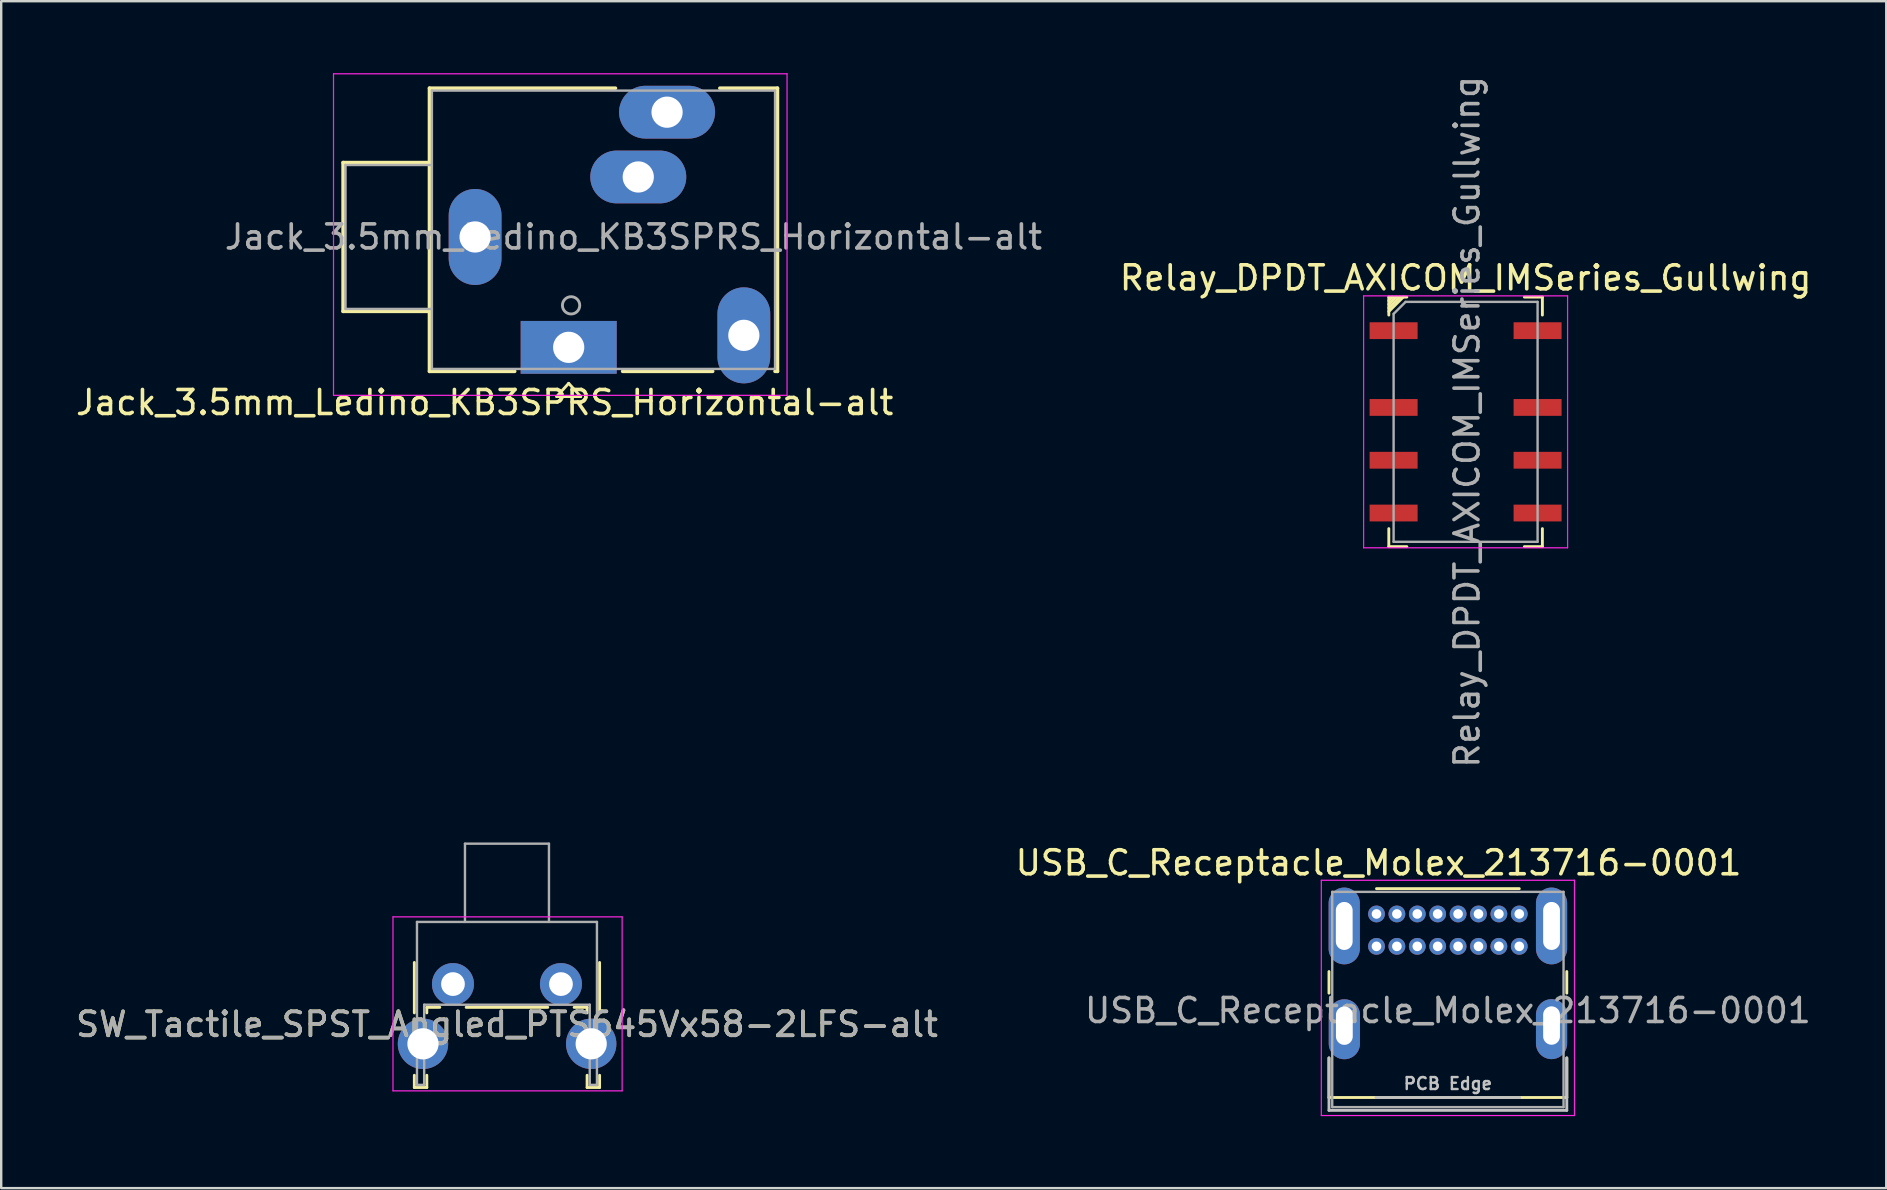
<source format=kicad_pcb>
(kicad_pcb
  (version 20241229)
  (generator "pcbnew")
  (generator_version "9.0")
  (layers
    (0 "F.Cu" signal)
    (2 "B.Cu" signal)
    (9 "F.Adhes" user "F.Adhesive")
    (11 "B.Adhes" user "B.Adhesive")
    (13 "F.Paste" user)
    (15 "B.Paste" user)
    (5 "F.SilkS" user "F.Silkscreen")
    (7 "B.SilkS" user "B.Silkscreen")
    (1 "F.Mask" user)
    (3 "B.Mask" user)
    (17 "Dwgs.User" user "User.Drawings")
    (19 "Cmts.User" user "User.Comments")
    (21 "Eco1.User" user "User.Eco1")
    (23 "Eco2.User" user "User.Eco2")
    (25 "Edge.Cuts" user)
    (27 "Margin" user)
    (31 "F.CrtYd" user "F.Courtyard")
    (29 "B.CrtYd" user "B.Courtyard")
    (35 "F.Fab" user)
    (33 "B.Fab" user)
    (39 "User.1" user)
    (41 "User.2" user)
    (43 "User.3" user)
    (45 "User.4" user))
  (footprint "Relay_DPDT_AXICOM_IMSeries_Gullwing"
    (layer "F.Cu")
    (at 58.027 14.53)
    (property "Reference" "Relay_DPDT_AXICOM_IMSeries_Gullwing" (at 0 -6 0) (layer "F.SilkS") (effects (font (size 1 1) (thickness 0.15))))
    (attr smd)
    (fp_line (start -3.2 -5.2) (end -3.2 -4.45) (stroke (width 0.12) (type solid)) (layer "F.SilkS"))
    (fp_line (start -3.2 4.45) (end -3.2 5.2) (stroke (width 0.12) (type solid)) (layer "F.SilkS"))
    (fp_line (start -3.2 5.2) (end -2.45 5.2) (stroke (width 0.12) (type solid)) (layer "F.SilkS"))
    (fp_line (start -3.05 -5.2) (end -3.2 -5.05) (stroke (width 0.12) (type solid)) (layer "F.SilkS"))
    (fp_line (start -2.9 -5.2) (end -3.2 -4.9) (stroke (width 0.12) (type solid)) (layer "F.SilkS"))
    (fp_line (start -2.75 -5.2) (end -3.2 -4.75) (stroke (width 0.12) (type solid)) (layer "F.SilkS"))
    (fp_line (start -2.6 -5.2) (end -3.2 -4.6) (stroke (width 0.12) (type solid)) (layer "F.SilkS"))
    (fp_line (start -2.45 -5.2) (end -3.2 -5.2) (stroke (width 0.12) (type solid)) (layer "F.SilkS"))
    (fp_line (start 2.45 -5.2) (end 3.2 -5.2) (stroke (width 0.12) (type solid)) (layer "F.SilkS"))
    (fp_line (start 2.45 5.2) (end 3.2 5.2) (stroke (width 0.12) (type solid)) (layer "F.SilkS"))
    (fp_line (start 3.2 -5.2) (end 3.2 -4.45) (stroke (width 0.12) (type solid)) (layer "F.SilkS"))
    (fp_line (start 3.2 4.45) (end 3.2 5.2) (stroke (width 0.12) (type solid)) (layer "F.SilkS"))
    (fp_line (start -4.25 -5.25) (end -4.25 5.25) (stroke (width 0.05) (type solid)) (layer "F.CrtYd"))
    (fp_line (start -4.25 5.25) (end 4.25 5.25) (stroke (width 0.05) (type solid)) (layer "F.CrtYd"))
    (fp_line (start 4.25 -5.25) (end -4.25 -5.25) (stroke (width 0.05) (type solid)) (layer "F.CrtYd"))
    (fp_line (start 4.25 5.25) (end 4.25 -5.25) (stroke (width 0.05) (type solid)) (layer "F.CrtYd"))
    (fp_line (start -3 -4.5) (end -2.5 -5) (stroke (width 0.1) (type solid)) (layer "F.Fab"))
    (fp_line (start -3 5) (end -3 -4.5) (stroke (width 0.1) (type solid)) (layer "F.Fab"))
    (fp_line (start -2.5 -5) (end 3 -5) (stroke (width 0.1) (type solid)) (layer "F.Fab"))
    (fp_line (start 3 -5) (end 3 5) (stroke (width 0.1) (type solid)) (layer "F.Fab"))
    (fp_line (start 3 5) (end -3 5) (stroke (width 0.1) (type solid)) (layer "F.Fab"))
    (fp_text user "${REFERENCE}" (at 0.06 0 90) (layer "F.Fab") (effects (font (size 1 1) (thickness 0.15))))
    (pad "1" smd rect (at -3 -3.8) (size 2 0.7) (layers "F.Cu" "F.Mask" "F.Paste"))
    (pad "2" smd rect (at -3 -0.6) (size 2 0.7) (layers "F.Cu" "F.Mask" "F.Paste"))
    (pad "3" smd rect (at -3 1.6) (size 2 0.7) (layers "F.Cu" "F.Mask" "F.Paste"))
    (pad "4" smd rect (at -3 3.8) (size 2 0.7) (layers "F.Cu" "F.Mask" "F.Paste"))
    (pad "5" smd rect (at 3 3.8) (size 2 0.7) (layers "F.Cu" "F.Mask" "F.Paste"))
    (pad "6" smd rect (at 3 1.6) (size 2 0.7) (layers "F.Cu" "F.Mask" "F.Paste"))
    (pad "7" smd rect (at 3 -0.6) (size 2 0.7) (layers "F.Cu" "F.Mask" "F.Paste"))
    (pad "8" smd rect (at 3 -3.8) (size 2 0.7) (layers "F.Cu" "F.Mask" "F.Paste")))
  (footprint "USB_C_Receptacle_Molex_213716-0001"
    (layer "F.Cu")
    (at 54.314 35.038)
    (property "Reference" "USB_C_Receptacle_Molex_213716-0001" (at 0.085 -2.13 0) (layer "F.SilkS") (effects (font (size 1 1) (thickness 0.15))))
    (attr through_hole)
    (fp_line (start -1.98 2.4) (end -1.98 3.3) (stroke (width 0.12) (type solid)) (layer "F.SilkS"))
    (fp_line (start -1.98 6) (end -1.98 7.65) (stroke (width 0.12) (type solid)) (layer "F.SilkS"))
    (fp_line (start -1.98 7.65) (end 7.93 7.65) (stroke (width 0.12) (type solid)) (layer "F.SilkS"))
    (fp_line (start 0 -1.055) (end 5.95 -1.055) (stroke (width 0.12) (type solid)) (layer "F.SilkS"))
    (fp_line (start 7.93 2.4) (end 7.93 3.3) (stroke (width 0.12) (type solid)) (layer "F.SilkS"))
    (fp_line (start 7.93 6) (end 7.93 7.65) (stroke (width 0.12) (type solid)) (layer "F.SilkS"))
    (fp_line (start -1.98 6) (end -1.98 8.185) (stroke (width 0.12) (type solid)) (layer "Dwgs.User"))
    (fp_line (start -1.98 8.185) (end 7.93 8.185) (stroke (width 0.12) (type solid)) (layer "Dwgs.User"))
    (fp_line (start -0.025 7.65) (end 5.975 7.65) (stroke (width 0.1) (type solid)) (layer "Dwgs.User"))
    (fp_line (start 7.93 6) (end 7.93 8.185) (stroke (width 0.12) (type solid)) (layer "Dwgs.User"))
    (fp_line (start -2.3 -1.405) (end -2.3 8.4) (stroke (width 0.05) (type solid)) (layer "F.CrtYd"))
    (fp_line (start -2.3 -1.405) (end 8.25 -1.405) (stroke (width 0.05) (type solid)) (layer "F.CrtYd"))
    (fp_line (start -2.3 8.4) (end 8.25 8.4) (stroke (width 0.05) (type solid)) (layer "F.CrtYd"))
    (fp_line (start 8.25 -1.405) (end 8.25 8.4) (stroke (width 0.05) (type solid)) (layer "F.CrtYd"))
    (fp_line (start -1.845 -0.92) (end -1.845 8.05) (stroke (width 0.1) (type solid)) (layer "F.Fab"))
    (fp_line (start -1.845 -0.92) (end 7.795 -0.92) (stroke (width 0.1) (type solid)) (layer "F.Fab"))
    (fp_line (start -1.845 8.05) (end 7.795 8.05) (stroke (width 0.1) (type solid)) (layer "F.Fab"))
    (fp_line (start -0.025 7.65) (end 5.975 7.65) (stroke (width 0.1) (type solid)) (layer "F.Fab"))
    (fp_line (start 7.795 -0.92) (end 7.795 8.05) (stroke (width 0.1) (type solid)) (layer "F.Fab"))
    (fp_text user "PCB Edge" (at 2.975 7.07 0) (layer "Dwgs.User") (effects (font (size 0.5 0.5) (thickness 0.1))))
    (fp_text user "${REFERENCE}" (at 2.975 4.025 0) (layer "F.Fab") (effects (font (size 1 1) (thickness 0.15))))
    (pad "A1" thru_hole circle (at 0 0) (size 0.7 0.7) (drill 0.4) (layers "*.Cu" "*.Mask"))
    (pad "A4" thru_hole circle (at 0.85 0) (size 0.7 0.7) (drill 0.4) (layers "*.Cu" "*.Mask"))
    (pad "A5" thru_hole circle (at 1.7 0) (size 0.7 0.7) (drill 0.4) (layers "*.Cu" "*.Mask"))
    (pad "A6" thru_hole circle (at 2.55 0) (size 0.7 0.7) (drill 0.4) (layers "*.Cu" "*.Mask"))
    (pad "A7" thru_hole circle (at 3.4 0) (size 0.7 0.7) (drill 0.4) (layers "*.Cu" "*.Mask"))
    (pad "A8" thru_hole circle (at 4.25 0) (size 0.7 0.7) (drill 0.4) (layers "*.Cu" "*.Mask"))
    (pad "A9" thru_hole circle (at 5.1 0) (size 0.7 0.7) (drill 0.4) (layers "*.Cu" "*.Mask"))
    (pad "A12" thru_hole circle (at 5.95 0) (size 0.7 0.7) (drill 0.4) (layers "*.Cu" "*.Mask"))
    (pad "B1" thru_hole circle (at 5.95 1.35) (size 0.7 0.7) (drill 0.4) (layers "*.Cu" "*.Mask"))
    (pad "B4" thru_hole circle (at 5.1 1.35) (size 0.7 0.7) (drill 0.4) (layers "*.Cu" "*.Mask"))
    (pad "B5" thru_hole circle (at 4.25 1.35) (size 0.7 0.7) (drill 0.4) (layers "*.Cu" "*.Mask"))
    (pad "B6" thru_hole circle (at 3.4 1.35) (size 0.7 0.7) (drill 0.4) (layers "*.Cu" "*.Mask"))
    (pad "B7" thru_hole circle (at 2.55 1.35) (size 0.7 0.7) (drill 0.4) (layers "*.Cu" "*.Mask"))
    (pad "B8" thru_hole circle (at 1.7 1.35) (size 0.7 0.7) (drill 0.4) (layers "*.Cu" "*.Mask"))
    (pad "B9" thru_hole circle (at 0.85 1.35) (size 0.7 0.7) (drill 0.4) (layers "*.Cu" "*.Mask"))
    (pad "B12" thru_hole circle (at 0 1.35) (size 0.7 0.7) (drill 0.4) (layers "*.Cu" "*.Mask"))
    (pad "S1" thru_hole oval (at -1.345 0.5) (size 1.3 3.2) (drill oval 0.7 2) (layers "*.Cu" "*.Mask"))
    (pad "S1" thru_hole oval (at -1.34 4.655) (size 1.3 2.5) (drill oval 0.7 1.6 (offset 0 0.15)) (layers "*.Cu" "*.Mask"))
    (pad "S1" thru_hole oval (at 7.295 0.5) (size 1.3 3.2) (drill oval 0.7 2) (layers "*.Cu" "*.Mask"))
    (pad "S1" thru_hole oval (at 7.295 4.65) (size 1.3 2.5) (drill oval 0.7 1.6 (offset 0 0.15)) (layers "*.Cu" "*.Mask")))
  (footprint "SW_Tactile_SPST_Angled_PTS645Vx58-2LFS-alt"
    (layer "F.Cu")
    (at 15.827 37.96)
    (property "Reference" "SW_Tactile_SPST_Angled_PTS645Vx58-2LFS-alt" (at 2.25 1.68 0) (layer "F.SilkS") (effects (font (size 1 1) (thickness 0.15))))
    (attr through_hole)
    (fp_line (start -1.61 -0.9) (end -1.61 1.2) (stroke (width 0.12) (type solid)) (layer "F.SilkS"))
    (fp_line (start -1.61 3.8) (end -1.61 4.31) (stroke (width 0.12) (type solid)) (layer "F.SilkS"))
    (fp_line (start -1.61 4.31) (end -1.09 4.31) (stroke (width 0.12) (type solid)) (layer "F.SilkS"))
    (fp_line (start -1.09 0.97) (end -1.09 1.2) (stroke (width 0.12) (type solid)) (layer "F.SilkS"))
    (fp_line (start -1.09 0.97) (end -0.55 0.97) (stroke (width 0.12) (type solid)) (layer "F.SilkS"))
    (fp_line (start -1.09 3.8) (end -1.09 4.31) (stroke (width 0.12) (type solid)) (layer "F.SilkS"))
    (fp_line (start 0.55 0.97) (end 3.95 0.97) (stroke (width 0.12) (type solid)) (layer "F.SilkS"))
    (fp_line (start 5.05 0.97) (end 5.59 0.97) (stroke (width 0.12) (type solid)) (layer "F.SilkS"))
    (fp_line (start 5.59 0.97) (end 5.59 1.2) (stroke (width 0.12) (type solid)) (layer "F.SilkS"))
    (fp_line (start 5.59 3.8) (end 5.59 4.31) (stroke (width 0.12) (type solid)) (layer "F.SilkS"))
    (fp_line (start 5.59 4.31) (end 6.11 4.31) (stroke (width 0.12) (type solid)) (layer "F.SilkS"))
    (fp_line (start 6.11 -0.9) (end 6.11 1.2) (stroke (width 0.12) (type solid)) (layer "F.SilkS"))
    (fp_line (start 6.11 3.8) (end 6.11 4.31) (stroke (width 0.12) (type solid)) (layer "F.SilkS"))
    (fp_line (start -2.5 -2.8) (end 7.05 -2.8) (stroke (width 0.05) (type solid)) (layer "F.CrtYd"))
    (fp_line (start -2.5 4.45) (end -2.5 -2.8) (stroke (width 0.05) (type solid)) (layer "F.CrtYd"))
    (fp_line (start 7.05 -2.8) (end 7.05 4.45) (stroke (width 0.05) (type solid)) (layer "F.CrtYd"))
    (fp_line (start 7.05 4.45) (end -2.5 4.45) (stroke (width 0.05) (type solid)) (layer "F.CrtYd"))
    (fp_line (start -1.5 -2.59) (end 6 -2.59) (stroke (width 0.1) (type solid)) (layer "F.Fab"))
    (fp_line (start -1.5 4.2) (end -1.5 -2.59) (stroke (width 0.1) (type solid)) (layer "F.Fab"))
    (fp_line (start -1.5 4.2) (end -1.2 4.2) (stroke (width 0.1) (type solid)) (layer "F.Fab"))
    (fp_line (start -1.2 0.86) (end 5.7 0.86) (stroke (width 0.1) (type solid)) (layer "F.Fab"))
    (fp_line (start -1.2 4.2) (end -1.2 0.86) (stroke (width 0.1) (type solid)) (layer "F.Fab"))
    (fp_line (start 0.5 -5.85) (end 0.5 -2.59) (stroke (width 0.1) (type solid)) (layer "F.Fab"))
    (fp_line (start 0.5 -5.85) (end 4 -5.85) (stroke (width 0.1) (type solid)) (layer "F.Fab"))
    (fp_line (start 4 -5.85) (end 4 -2.59) (stroke (width 0.1) (type solid)) (layer "F.Fab"))
    (fp_line (start 5.7 4.2) (end 5.7 0.86) (stroke (width 0.1) (type solid)) (layer "F.Fab"))
    (fp_line (start 5.7 4.2) (end 6 4.2) (stroke (width 0.1) (type solid)) (layer "F.Fab"))
    (fp_line (start 6 4.2) (end 6 -2.59) (stroke (width 0.1) (type solid)) (layer "F.Fab"))
    (fp_text user "${REFERENCE}" (at 2.25 1.68 0) (layer "F.Fab") (effects (font (size 1 1) (thickness 0.15))))
    (pad "1" thru_hole circle (at 0 0) (size 1.75 1.75) (drill 0.99) (layers "*.Cu" "*.Mask"))
    (pad "2" thru_hole circle (at 4.5 0) (size 1.75 1.75) (drill 0.99) (layers "*.Cu" "*.Mask"))
    (pad "SH" thru_hole circle (at -1.25 2.49) (size 2.1 2.1) (drill 1.3) (layers "*.Cu" "*.Mask"))
    (pad "SH" thru_hole circle (at 5.76 2.49) (size 2.1 2.1) (drill 1.3) (layers "*.Cu" "*.Mask")))
  (footprint "Jack_3.5mm_Ledino_KB3SPRS_Horizontal-alt"
    (layer "F.Cu")
    (at 20.649 11.425)
    (property "Reference" "Jack_3.5mm_Ledino_KB3SPRS_Horizontal-alt" (at -3.5 2.3 0) (layer "F.SilkS") (effects (font (size 1 1) (thickness 0.15))))
    (attr through_hole)
    (fp_line (start -9.4 -7.7) (end -9.4 -1.5) (stroke (width 0.15) (type solid)) (layer "F.SilkS"))
    (fp_line (start -9.4 -1.5) (end -5.8 -1.5) (stroke (width 0.15) (type solid)) (layer "F.SilkS"))
    (fp_line (start -5.8 -10.8) (end 1.95 -10.8) (stroke (width 0.15) (type solid)) (layer "F.SilkS"))
    (fp_line (start -5.8 -7.7) (end -9.4 -7.7) (stroke (width 0.15) (type solid)) (layer "F.SilkS"))
    (fp_line (start -5.8 1) (end -5.8 -10.8) (stroke (width 0.15) (type solid)) (layer "F.SilkS"))
    (fp_line (start -2.25 1) (end -5.8 1) (stroke (width 0.15) (type solid)) (layer "F.SilkS"))
    (fp_line (start -0.5 2.05) (end 0.5 2.05) (stroke (width 0.12) (type solid)) (layer "F.SilkS"))
    (fp_line (start 0 1.5) (end -0.5 2.05) (stroke (width 0.12) (type solid)) (layer "F.SilkS"))
    (fp_line (start 0.5 2.05) (end 0 1.5) (stroke (width 0.12) (type solid)) (layer "F.SilkS"))
    (fp_line (start 6 1) (end 2.25 1) (stroke (width 0.15) (type solid)) (layer "F.SilkS"))
    (fp_line (start 6.3 -10.8) (end 8.7 -10.8) (stroke (width 0.15) (type solid)) (layer "F.SilkS"))
    (fp_line (start 8.7 -10.8) (end 8.7 1) (stroke (width 0.15) (type solid)) (layer "F.SilkS"))
    (fp_line (start 8.7 1) (end 8.6 1) (stroke (width 0.15) (type solid)) (layer "F.SilkS"))
    (fp_line (start -9.8 -11.4) (end -9.8 2) (stroke (width 0.05) (type solid)) (layer "F.CrtYd"))
    (fp_line (start -9.8 2) (end 9.1 2) (stroke (width 0.05) (type solid)) (layer "F.CrtYd"))
    (fp_line (start 9.1 -11.4) (end -9.8 -11.4) (stroke (width 0.05) (type solid)) (layer "F.CrtYd"))
    (fp_line (start 9.1 2) (end 9.1 -11.4) (stroke (width 0.05) (type solid)) (layer "F.CrtYd"))
    (fp_line (start -9.3 -7.6) (end -9.3 -1.6) (stroke (width 0.1) (type solid)) (layer "F.Fab"))
    (fp_line (start -9.3 -7.6) (end -5.7 -7.6) (stroke (width 0.1) (type solid)) (layer "F.Fab"))
    (fp_line (start -9.3 -1.6) (end -5.7 -1.6) (stroke (width 0.1) (type solid)) (layer "F.Fab"))
    (fp_line (start -5.7 -10.7) (end -5.7 0.9) (stroke (width 0.1) (type solid)) (layer "F.Fab"))
    (fp_line (start -5.7 0.9) (end 8.6 0.9) (stroke (width 0.1) (type solid)) (layer "F.Fab"))
    (fp_line (start 8.6 -10.7) (end -5.7 -10.7) (stroke (width 0.1) (type solid)) (layer "F.Fab"))
    (fp_line (start 8.6 0.9) (end 8.6 -10.7) (stroke (width 0.1) (type solid)) (layer "F.Fab"))
    (fp_circle (center 0.1 -1.75) (end 0.4 -1.55) (stroke (width 0.12) (type solid)) (fill no) (layer "F.Fab"))
    (fp_text user "${REFERENCE}" (at 2.7 -4.6 0) (layer "F.Fab") (effects (font (size 1 1) (thickness 0.15))))
    (pad "R" thru_hole oval (at 4.1 -9.8) (size 4 2.2) (drill 1.3) (layers "*.Cu" "*.Mask"))
    (pad "RN" thru_hole oval (at 2.9 -7.1) (size 4 2.2) (drill 1.3) (layers "*.Cu" "*.Mask"))
    (pad "S" thru_hole oval (at -3.9 -4.6) (size 2.2 4) (drill 1.3) (layers "*.Cu" "*.Mask"))
    (pad "T" thru_hole rect (at 0 0) (size 4 2.2) (drill 1.3) (layers "*.Cu" "*.Mask"))
    (pad "TN" thru_hole oval (at 7.3 -0.5 90) (size 4 2.2) (drill 1.3) (layers "*.Cu" "*.Mask")))
  (gr_rect
    (start -3 -3)
    (end 75.557 46.463)
    (stroke (width 0.1) (type default))
    (fill no)
    (layer "Edge.Cuts")))
</source>
